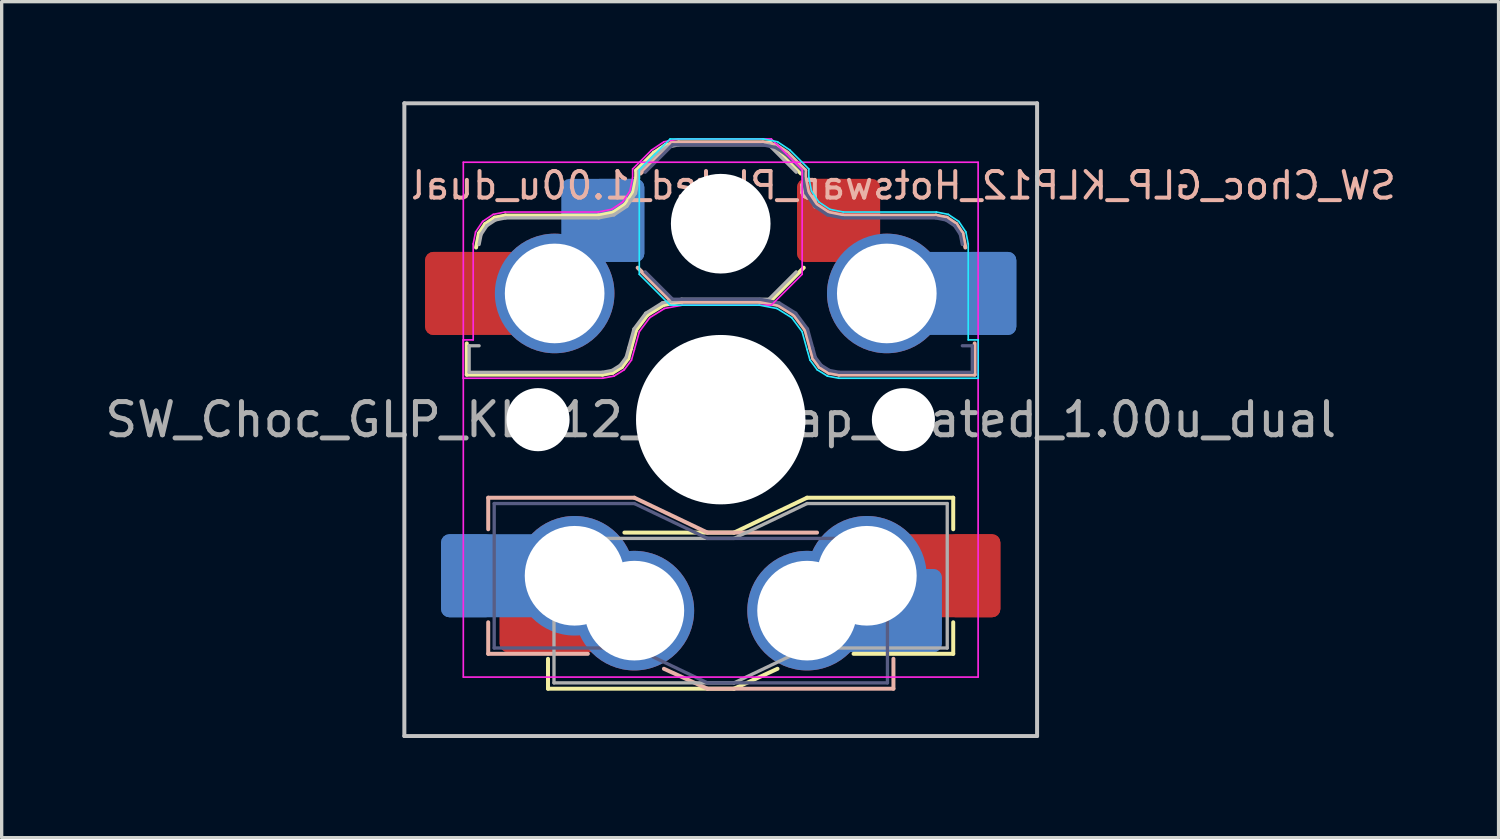
<source format=kicad_pcb>
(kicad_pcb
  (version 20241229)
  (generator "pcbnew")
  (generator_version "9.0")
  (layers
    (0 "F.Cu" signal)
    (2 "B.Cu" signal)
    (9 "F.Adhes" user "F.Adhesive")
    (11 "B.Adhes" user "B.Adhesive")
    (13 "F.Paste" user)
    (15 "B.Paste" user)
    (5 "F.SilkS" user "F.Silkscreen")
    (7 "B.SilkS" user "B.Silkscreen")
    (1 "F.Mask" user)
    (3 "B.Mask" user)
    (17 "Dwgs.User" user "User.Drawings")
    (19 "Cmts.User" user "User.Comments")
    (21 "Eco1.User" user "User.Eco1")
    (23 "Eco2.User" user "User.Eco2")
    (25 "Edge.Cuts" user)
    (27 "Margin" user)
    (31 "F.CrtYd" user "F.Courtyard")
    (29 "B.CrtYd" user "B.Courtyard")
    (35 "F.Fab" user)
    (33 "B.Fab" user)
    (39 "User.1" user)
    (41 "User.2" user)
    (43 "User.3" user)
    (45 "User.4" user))
  (footprint "SW_Choc_GLP_KLP12_Hotswap_Plated_1.00u_dual"
    (layer "F.Cu")
    (at 18.649 9.585)
    (property "Reference" "SW_Choc_GLP_KLP12_Hotswap_Plated_1.00u_dual" (at 5.5 -7.05 180) (layer "B.SilkS") (effects (font (size 0.8 0.8) (thickness 0.12)) (justify mirror)))
    (attr smd)
    (fp_line (start -7.646 -2.296) (end -7.646 -1.354) (stroke (width 0.12) (type solid)) (layer "F.SilkS"))
    (fp_line (start -7.646 -1.354) (end -3.56 -1.354) (stroke (width 0.12) (type solid)) (layer "F.SilkS"))
    (fp_line (start -7.281 -5.609) (end -7.366 -5.182) (stroke (width 0.12) (type solid)) (layer "F.SilkS"))
    (fp_line (start -7.092 -5.892) (end -7.281 -5.609) (stroke (width 0.12) (type solid)) (layer "F.SilkS"))
    (fp_line (start -6.809 -6.081) (end -7.092 -5.892) (stroke (width 0.12) (type solid)) (layer "F.SilkS"))
    (fp_line (start -6.482 -6.146) (end -6.809 -6.081) (stroke (width 0.12) (type solid)) (layer "F.SilkS"))
    (fp_line (start -5.2 8.1) (end -5.2 7.2) (stroke (width 0.12) (type solid)) (layer "F.SilkS"))
    (fp_line (start -5.2 8.1) (end 0.4 8.1) (stroke (width 0.12) (type solid)) (layer "F.SilkS"))
    (fp_line (start -3.682 -6.146) (end -6.482 -6.146) (stroke (width 0.12) (type solid)) (layer "F.SilkS"))
    (fp_line (start -3.56 -1.354) (end -3.25 -1.413) (stroke (width 0.12) (type solid)) (layer "F.SilkS"))
    (fp_line (start -3.25 -1.413) (end -2.976 -1.583) (stroke (width 0.12) (type solid)) (layer "F.SilkS"))
    (fp_line (start -3.244 -6.233) (end -3.682 -6.146) (stroke (width 0.12) (type solid)) (layer "F.SilkS"))
    (fp_line (start -2.976 -1.583) (end -2.783 -1.841) (stroke (width 0.12) (type solid)) (layer "F.SilkS"))
    (fp_line (start -2.9 3.4) (end 0.4 3.4) (stroke (width 0.12) (type solid)) (layer "F.SilkS"))
    (fp_line (start -2.877 -6.477) (end -3.244 -6.233) (stroke (width 0.12) (type solid)) (layer "F.SilkS"))
    (fp_line (start -2.783 -1.841) (end -2.701 -2.139) (stroke (width 0.12) (type solid)) (layer "F.SilkS"))
    (fp_line (start -2.701 -2.139) (end -2.547 -2.697) (stroke (width 0.12) (type solid)) (layer "F.SilkS"))
    (fp_line (start -2.633 -6.844) (end -2.877 -6.477) (stroke (width 0.12) (type solid)) (layer "F.SilkS"))
    (fp_line (start -2.547 -2.697) (end -2.209 -3.15) (stroke (width 0.12) (type solid)) (layer "F.SilkS"))
    (fp_line (start -2.546 -7.504) (end -2.546 -7.282) (stroke (width 0.12) (type solid)) (layer "F.SilkS"))
    (fp_line (start -2.546 -7.282) (end -2.633 -6.844) (stroke (width 0.12) (type solid)) (layer "F.SilkS"))
    (fp_line (start -2.209 -3.15) (end -1.73 -3.449) (stroke (width 0.12) (type solid)) (layer "F.SilkS"))
    (fp_line (start -2.013 -8.037) (end -2.546 -7.504) (stroke (width 0.12) (type solid)) (layer "F.SilkS"))
    (fp_line (start -1.73 -3.449) (end -1.168 -3.554) (stroke (width 0.12) (type solid)) (layer "F.SilkS"))
    (fp_line (start -1.671 -8.266) (end -2.013 -8.037) (stroke (width 0.12) (type solid)) (layer "F.SilkS"))
    (fp_line (start -1.268 -8.346) (end -1.671 -8.266) (stroke (width 0.12) (type solid)) (layer "F.SilkS"))
    (fp_line (start -1.168 -3.554) (end 1.479 -3.554) (stroke (width 0.12) (type solid)) (layer "F.SilkS"))
    (fp_line (start 1.479 -8.346) (end -1.268 -8.346) (stroke (width 0.12) (type solid)) (layer "F.SilkS"))
    (fp_line (start 1.479 -3.554) (end 2.5 -4.575) (stroke (width 0.12) (type solid)) (layer "F.SilkS"))
    (fp_line (start 1.71 7.5) (end 0.4 8.1) (stroke (width 0.12) (type solid)) (layer "F.SilkS"))
    (fp_line (start 2.416 -7.409) (end 1.479 -8.346) (stroke (width 0.12) (type solid)) (layer "F.SilkS"))
    (fp_line (start 2.6 2.35) (end 0.4 3.4) (stroke (width 0.12) (type solid)) (layer "F.SilkS"))
    (fp_line (start 7 2.35) (end 2.6 2.35) (stroke (width 0.12) (type solid)) (layer "F.SilkS"))
    (fp_line (start 7 2.35) (end 7 3.3) (stroke (width 0.12) (type solid)) (layer "F.SilkS"))
    (fp_line (start 7 7.05) (end 4 7.05) (stroke (width 0.12) (type solid)) (layer "F.SilkS"))
    (fp_line (start 7 7.05) (end 7 6.1) (stroke (width 0.12) (type solid)) (layer "F.SilkS"))
    (fp_line (start -7 2.35) (end -7 3.3) (stroke (width 0.12) (type solid)) (layer "B.SilkS"))
    (fp_line (start -7 2.35) (end -2.6 2.35) (stroke (width 0.12) (type solid)) (layer "B.SilkS"))
    (fp_line (start -7 7.05) (end -7 6.1) (stroke (width 0.12) (type solid)) (layer "B.SilkS"))
    (fp_line (start -7 7.05) (end -4 7.05) (stroke (width 0.12) (type solid)) (layer "B.SilkS"))
    (fp_line (start -2.6 2.35) (end -0.4 3.4) (stroke (width 0.12) (type solid)) (layer "B.SilkS"))
    (fp_line (start -2.416 -7.409) (end -1.479 -8.346) (stroke (width 0.12) (type solid)) (layer "B.SilkS"))
    (fp_line (start -1.71 7.5) (end -0.4 8.1) (stroke (width 0.12) (type solid)) (layer "B.SilkS"))
    (fp_line (start -1.479 -8.346) (end 1.268 -8.346) (stroke (width 0.12) (type solid)) (layer "B.SilkS"))
    (fp_line (start -1.479 -3.554) (end -2.5 -4.575) (stroke (width 0.12) (type solid)) (layer "B.SilkS"))
    (fp_line (start 1.168 -3.554) (end -1.479 -3.554) (stroke (width 0.12) (type solid)) (layer "B.SilkS"))
    (fp_line (start 1.268 -8.346) (end 1.671 -8.266) (stroke (width 0.12) (type solid)) (layer "B.SilkS"))
    (fp_line (start 1.671 -8.266) (end 2.013 -8.037) (stroke (width 0.12) (type solid)) (layer "B.SilkS"))
    (fp_line (start 1.73 -3.449) (end 1.168 -3.554) (stroke (width 0.12) (type solid)) (layer "B.SilkS"))
    (fp_line (start 2.013 -8.037) (end 2.546 -7.504) (stroke (width 0.12) (type solid)) (layer "B.SilkS"))
    (fp_line (start 2.209 -3.15) (end 1.73 -3.449) (stroke (width 0.12) (type solid)) (layer "B.SilkS"))
    (fp_line (start 2.546 -7.504) (end 2.546 -7.282) (stroke (width 0.12) (type solid)) (layer "B.SilkS"))
    (fp_line (start 2.546 -7.282) (end 2.633 -6.844) (stroke (width 0.12) (type solid)) (layer "B.SilkS"))
    (fp_line (start 2.547 -2.697) (end 2.209 -3.15) (stroke (width 0.12) (type solid)) (layer "B.SilkS"))
    (fp_line (start 2.633 -6.844) (end 2.877 -6.477) (stroke (width 0.12) (type solid)) (layer "B.SilkS"))
    (fp_line (start 2.701 -2.139) (end 2.547 -2.697) (stroke (width 0.12) (type solid)) (layer "B.SilkS"))
    (fp_line (start 2.783 -1.841) (end 2.701 -2.139) (stroke (width 0.12) (type solid)) (layer "B.SilkS"))
    (fp_line (start 2.877 -6.477) (end 3.244 -6.233) (stroke (width 0.12) (type solid)) (layer "B.SilkS"))
    (fp_line (start 2.9 3.4) (end -0.4 3.4) (stroke (width 0.12) (type solid)) (layer "B.SilkS"))
    (fp_line (start 2.976 -1.583) (end 2.783 -1.841) (stroke (width 0.12) (type solid)) (layer "B.SilkS"))
    (fp_line (start 3.244 -6.233) (end 3.682 -6.146) (stroke (width 0.12) (type solid)) (layer "B.SilkS"))
    (fp_line (start 3.25 -1.413) (end 2.976 -1.583) (stroke (width 0.12) (type solid)) (layer "B.SilkS"))
    (fp_line (start 3.56 -1.354) (end 3.25 -1.413) (stroke (width 0.12) (type solid)) (layer "B.SilkS"))
    (fp_line (start 3.682 -6.146) (end 6.482 -6.146) (stroke (width 0.12) (type solid)) (layer "B.SilkS"))
    (fp_line (start 5.2 8.1) (end -0.4 8.1) (stroke (width 0.12) (type solid)) (layer "B.SilkS"))
    (fp_line (start 5.2 8.1) (end 5.2 7.2) (stroke (width 0.12) (type solid)) (layer "B.SilkS"))
    (fp_line (start 6.482 -6.146) (end 6.809 -6.081) (stroke (width 0.12) (type solid)) (layer "B.SilkS"))
    (fp_line (start 6.809 -6.081) (end 7.092 -5.892) (stroke (width 0.12) (type solid)) (layer "B.SilkS"))
    (fp_line (start 7.092 -5.892) (end 7.281 -5.609) (stroke (width 0.12) (type solid)) (layer "B.SilkS"))
    (fp_line (start 7.281 -5.609) (end 7.366 -5.182) (stroke (width 0.12) (type solid)) (layer "B.SilkS"))
    (fp_line (start 7.646 -2.296) (end 7.646 -1.354) (stroke (width 0.12) (type solid)) (layer "B.SilkS"))
    (fp_line (start 7.646 -1.354) (end 3.56 -1.354) (stroke (width 0.12) (type solid)) (layer "B.SilkS"))
    (fp_line (start -9.525 -9.525) (end -9.525 9.525) (stroke (width 0.12) (type default)) (layer "Dwgs.User"))
    (fp_line (start -9.525 -9.525) (end 9.525 -9.525) (stroke (width 0.12) (type default)) (layer "Dwgs.User"))
    (fp_line (start 9.525 -9.525) (end 9.525 9.525) (stroke (width 0.12) (type default)) (layer "Dwgs.User"))
    (fp_line (start 9.525 9.525) (end -9.525 9.525) (stroke (width 0.12) (type default)) (layer "Dwgs.User"))
    (fp_line (start -2.452 -7.523) (end -1.523 -8.452) (stroke (width 0.05) (type solid)) (layer "B.CrtYd"))
    (fp_line (start -2.452 -4.377) (end -2.452 -7.523) (stroke (width 0.05) (type solid)) (layer "B.CrtYd"))
    (fp_line (start -1.523 -8.452) (end 1.278 -8.452) (stroke (width 0.05) (type solid)) (layer "B.CrtYd"))
    (fp_line (start -1.523 -3.448) (end -2.452 -4.377) (stroke (width 0.05) (type solid)) (layer "B.CrtYd"))
    (fp_line (start 1.159 -3.448) (end -1.523 -3.448) (stroke (width 0.05) (type solid)) (layer "B.CrtYd"))
    (fp_line (start 1.278 -8.452) (end 1.712 -8.366) (stroke (width 0.05) (type solid)) (layer "B.CrtYd"))
    (fp_line (start 1.691 -3.348) (end 1.159 -3.448) (stroke (width 0.05) (type solid)) (layer "B.CrtYd"))
    (fp_line (start 1.712 -8.366) (end 2.081 -8.119) (stroke (width 0.05) (type solid)) (layer "B.CrtYd"))
    (fp_line (start 2.081 -8.119) (end 2.652 -7.548) (stroke (width 0.05) (type solid)) (layer "B.CrtYd"))
    (fp_line (start 2.136 -3.071) (end 1.691 -3.348) (stroke (width 0.05) (type solid)) (layer "B.CrtYd"))
    (fp_line (start 2.45 -2.65) (end 2.136 -3.071) (stroke (width 0.05) (type solid)) (layer "B.CrtYd"))
    (fp_line (start 2.599 -2.111) (end 2.45 -2.65) (stroke (width 0.05) (type solid)) (layer "B.CrtYd"))
    (fp_line (start 2.652 -7.548) (end 2.652 -7.292) (stroke (width 0.05) (type solid)) (layer "B.CrtYd"))
    (fp_line (start 2.652 -7.292) (end 2.733 -6.885) (stroke (width 0.05) (type solid)) (layer "B.CrtYd"))
    (fp_line (start 2.687 -1.794) (end 2.599 -2.111) (stroke (width 0.05) (type solid)) (layer "B.CrtYd"))
    (fp_line (start 2.733 -6.885) (end 2.953 -6.553) (stroke (width 0.05) (type solid)) (layer "B.CrtYd"))
    (fp_line (start 2.903 -1.503) (end 2.687 -1.794) (stroke (width 0.05) (type solid)) (layer "B.CrtYd"))
    (fp_line (start 2.953 -6.553) (end 3.285 -6.333) (stroke (width 0.05) (type solid)) (layer "B.CrtYd"))
    (fp_line (start 3.211 -1.312) (end 2.903 -1.503) (stroke (width 0.05) (type solid)) (layer "B.CrtYd"))
    (fp_line (start 3.285 -6.333) (end 3.692 -6.252) (stroke (width 0.05) (type solid)) (layer "B.CrtYd"))
    (fp_line (start 3.55 -1.248) (end 3.211 -1.312) (stroke (width 0.05) (type solid)) (layer "B.CrtYd"))
    (fp_line (start 3.692 -6.252) (end 6.492 -6.252) (stroke (width 0.05) (type solid)) (layer "B.CrtYd"))
    (fp_line (start 6.492 -6.252) (end 6.85 -6.181) (stroke (width 0.05) (type solid)) (layer "B.CrtYd"))
    (fp_line (start 6.85 -6.181) (end 7.168 -5.968) (stroke (width 0.05) (type solid)) (layer "B.CrtYd"))
    (fp_line (start 7.168 -5.968) (end 7.381 -5.65) (stroke (width 0.05) (type solid)) (layer "B.CrtYd"))
    (fp_line (start 7.381 -5.65) (end 7.452 -5.292) (stroke (width 0.05) (type solid)) (layer "B.CrtYd"))
    (fp_line (start 7.452 -5.292) (end 7.452 -2.402) (stroke (width 0.05) (type solid)) (layer "B.CrtYd"))
    (fp_line (start 7.452 -2.402) (end 7.752 -2.402) (stroke (width 0.05) (type solid)) (layer "B.CrtYd"))
    (fp_line (start 7.752 -2.402) (end 7.752 -1.248) (stroke (width 0.05) (type solid)) (layer "B.CrtYd"))
    (fp_line (start 7.752 -1.248) (end 3.55 -1.248) (stroke (width 0.05) (type solid)) (layer "B.CrtYd"))
    (fp_line (start -7.752 -2.402) (end -7.752 -1.248) (stroke (width 0.05) (type solid)) (layer "F.CrtYd"))
    (fp_line (start -7.752 -1.248) (end -3.55 -1.248) (stroke (width 0.05) (type solid)) (layer "F.CrtYd"))
    (fp_line (start -7.75 7.75) (end -7.75 -7.75) (stroke (width 0.05) (type solid)) (layer "F.CrtYd"))
    (fp_line (start -7.452 -5.292) (end -7.452 -2.402) (stroke (width 0.05) (type solid)) (layer "F.CrtYd"))
    (fp_line (start -7.452 -2.402) (end -7.752 -2.402) (stroke (width 0.05) (type solid)) (layer "F.CrtYd"))
    (fp_line (start -7.381 -5.65) (end -7.452 -5.292) (stroke (width 0.05) (type solid)) (layer "F.CrtYd"))
    (fp_line (start -7.168 -5.968) (end -7.381 -5.65) (stroke (width 0.05) (type solid)) (layer "F.CrtYd"))
    (fp_line (start -6.85 -6.181) (end -7.168 -5.968) (stroke (width 0.05) (type solid)) (layer "F.CrtYd"))
    (fp_line (start -6.492 -6.252) (end -6.85 -6.181) (stroke (width 0.05) (type solid)) (layer "F.CrtYd"))
    (fp_line (start -3.692 -6.252) (end -6.492 -6.252) (stroke (width 0.05) (type solid)) (layer "F.CrtYd"))
    (fp_line (start -3.55 -1.248) (end -3.211 -1.312) (stroke (width 0.05) (type solid)) (layer "F.CrtYd"))
    (fp_line (start -3.285 -6.333) (end -3.692 -6.252) (stroke (width 0.05) (type solid)) (layer "F.CrtYd"))
    (fp_line (start -3.211 -1.312) (end -2.903 -1.503) (stroke (width 0.05) (type solid)) (layer "F.CrtYd"))
    (fp_line (start -2.953 -6.553) (end -3.285 -6.333) (stroke (width 0.05) (type solid)) (layer "F.CrtYd"))
    (fp_line (start -2.903 -1.503) (end -2.687 -1.794) (stroke (width 0.05) (type solid)) (layer "F.CrtYd"))
    (fp_line (start -2.733 -6.885) (end -2.953 -6.553) (stroke (width 0.05) (type solid)) (layer "F.CrtYd"))
    (fp_line (start -2.687 -1.794) (end -2.599 -2.111) (stroke (width 0.05) (type solid)) (layer "F.CrtYd"))
    (fp_line (start -2.652 -7.548) (end -2.652 -7.292) (stroke (width 0.05) (type solid)) (layer "F.CrtYd"))
    (fp_line (start -2.652 -7.292) (end -2.733 -6.885) (stroke (width 0.05) (type solid)) (layer "F.CrtYd"))
    (fp_line (start -2.599 -2.111) (end -2.45 -2.65) (stroke (width 0.05) (type solid)) (layer "F.CrtYd"))
    (fp_line (start -2.45 -2.65) (end -2.136 -3.071) (stroke (width 0.05) (type solid)) (layer "F.CrtYd"))
    (fp_line (start -2.136 -3.071) (end -1.691 -3.348) (stroke (width 0.05) (type solid)) (layer "F.CrtYd"))
    (fp_line (start -2.081 -8.119) (end -2.652 -7.548) (stroke (width 0.05) (type solid)) (layer "F.CrtYd"))
    (fp_line (start -1.712 -8.366) (end -2.081 -8.119) (stroke (width 0.05) (type solid)) (layer "F.CrtYd"))
    (fp_line (start -1.691 -3.348) (end -1.159 -3.448) (stroke (width 0.05) (type solid)) (layer "F.CrtYd"))
    (fp_line (start -1.278 -8.452) (end -1.712 -8.366) (stroke (width 0.05) (type solid)) (layer "F.CrtYd"))
    (fp_line (start -1.159 -3.448) (end 1.523 -3.448) (stroke (width 0.05) (type solid)) (layer "F.CrtYd"))
    (fp_line (start 1.523 -8.452) (end -1.278 -8.452) (stroke (width 0.05) (type solid)) (layer "F.CrtYd"))
    (fp_line (start 1.523 -3.448) (end 2.452 -4.377) (stroke (width 0.05) (type solid)) (layer "F.CrtYd"))
    (fp_line (start 2.452 -7.523) (end 1.523 -8.452) (stroke (width 0.05) (type solid)) (layer "F.CrtYd"))
    (fp_line (start 2.452 -4.377) (end 2.452 -7.523) (stroke (width 0.05) (type solid)) (layer "F.CrtYd"))
    (fp_line (start 7.75 -7.75) (end -7.75 -7.75) (stroke (width 0.05) (type solid)) (layer "F.CrtYd"))
    (fp_line (start 7.75 -7.75) (end 7.75 7.75) (stroke (width 0.05) (type solid)) (layer "F.CrtYd"))
    (fp_line (start 7.75 7.75) (end -7.75 7.75) (stroke (width 0.05) (type solid)) (layer "F.CrtYd"))
    (fp_line (start -6.82 2.525) (end -6.82 6.875) (stroke (width 0.1) (type solid)) (layer "B.Fab"))
    (fp_line (start -6.82 2.525) (end -2.6 2.525) (stroke (width 0.1) (type solid)) (layer "B.Fab"))
    (fp_line (start -6.82 6.875) (end -2.6 6.875) (stroke (width 0.1) (type solid)) (layer "B.Fab"))
    (fp_line (start -2.6 2.525) (end -0.4 3.575) (stroke (width 0.1) (type solid)) (layer "B.Fab"))
    (fp_line (start -2.6 6.875) (end -0.4 7.925) (stroke (width 0.1) (type solid)) (layer "B.Fab"))
    (fp_line (start -2.275 -7.45) (end -1.45 -8.275) (stroke (width 0.1) (type solid)) (layer "B.Fab"))
    (fp_line (start -1.45 -8.275) (end 1.261 -8.275) (stroke (width 0.1) (type solid)) (layer "B.Fab"))
    (fp_line (start -1.45 -3.625) (end -2.275 -4.45) (stroke (width 0.1) (type solid)) (layer "B.Fab"))
    (fp_line (start 1.175 -3.625) (end -1.45 -3.625) (stroke (width 0.1) (type solid)) (layer "B.Fab"))
    (fp_line (start 1.261 -8.275) (end 1.643 -8.199) (stroke (width 0.1) (type solid)) (layer "B.Fab"))
    (fp_line (start 1.643 -8.199) (end 1.968 -7.982) (stroke (width 0.1) (type solid)) (layer "B.Fab"))
    (fp_line (start 1.756 -3.516) (end 1.175 -3.625) (stroke (width 0.1) (type solid)) (layer "B.Fab"))
    (fp_line (start 1.968 -7.982) (end 2.475 -7.475) (stroke (width 0.1) (type solid)) (layer "B.Fab"))
    (fp_line (start 2.258 -3.203) (end 1.756 -3.516) (stroke (width 0.1) (type solid)) (layer "B.Fab"))
    (fp_line (start 2.475 -7.475) (end 2.475 -7.275) (stroke (width 0.1) (type solid)) (layer "B.Fab"))
    (fp_line (start 2.475 -7.275) (end 2.566 -6.816) (stroke (width 0.1) (type solid)) (layer "B.Fab"))
    (fp_line (start 2.566 -6.816) (end 2.826 -6.426) (stroke (width 0.1) (type solid)) (layer "B.Fab"))
    (fp_line (start 2.612 -2.729) (end 2.258 -3.203) (stroke (width 0.1) (type solid)) (layer "B.Fab"))
    (fp_line (start 2.769 -2.158) (end 2.612 -2.729) (stroke (width 0.1) (type solid)) (layer "B.Fab"))
    (fp_line (start 2.826 -6.426) (end 3.216 -6.166) (stroke (width 0.1) (type solid)) (layer "B.Fab"))
    (fp_line (start 2.848 -1.873) (end 2.769 -2.158) (stroke (width 0.1) (type solid)) (layer "B.Fab"))
    (fp_line (start 3.025 -1.636) (end 2.848 -1.873) (stroke (width 0.1) (type solid)) (layer "B.Fab"))
    (fp_line (start 3.216 -6.166) (end 3.675 -6.075) (stroke (width 0.1) (type solid)) (layer "B.Fab"))
    (fp_line (start 3.276 -1.48) (end 3.025 -1.636) (stroke (width 0.1) (type solid)) (layer "B.Fab"))
    (fp_line (start 3.567 -1.425) (end 3.276 -1.48) (stroke (width 0.1) (type solid)) (layer "B.Fab"))
    (fp_line (start 3.675 -6.075) (end 6.475 -6.075) (stroke (width 0.1) (type solid)) (layer "B.Fab"))
    (fp_line (start 5.02 3.575) (end -0.4 3.575) (stroke (width 0.1) (type solid)) (layer "B.Fab"))
    (fp_line (start 5.02 3.575) (end 5.02 7.925) (stroke (width 0.1) (type solid)) (layer "B.Fab"))
    (fp_line (start 5.02 7.925) (end -0.4 7.925) (stroke (width 0.1) (type solid)) (layer "B.Fab"))
    (fp_line (start 6.475 -6.075) (end 6.781 -6.014) (stroke (width 0.1) (type solid)) (layer "B.Fab"))
    (fp_line (start 6.781 -6.014) (end 7.041 -5.841) (stroke (width 0.1) (type solid)) (layer "B.Fab"))
    (fp_line (start 7.041 -5.841) (end 7.214 -5.581) (stroke (width 0.1) (type solid)) (layer "B.Fab"))
    (fp_line (start 7.214 -5.581) (end 7.275 -5.275) (stroke (width 0.1) (type solid)) (layer "B.Fab"))
    (fp_line (start 7.275 -2.225) (end 7.575 -2.225) (stroke (width 0.1) (type solid)) (layer "B.Fab"))
    (fp_line (start 7.575 -2.225) (end 7.575 -1.425) (stroke (width 0.1) (type solid)) (layer "B.Fab"))
    (fp_line (start 7.575 -1.425) (end 3.567 -1.425) (stroke (width 0.1) (type solid)) (layer "B.Fab"))
    (fp_line (start -7.575 -2.225) (end -7.575 -1.425) (stroke (width 0.1) (type solid)) (layer "F.Fab"))
    (fp_line (start -7.575 -1.425) (end -3.567 -1.425) (stroke (width 0.1) (type solid)) (layer "F.Fab"))
    (fp_line (start -7.275 -2.225) (end -7.575 -2.225) (stroke (width 0.1) (type solid)) (layer "F.Fab"))
    (fp_line (start -7.214 -5.581) (end -7.275 -5.275) (stroke (width 0.1) (type solid)) (layer "F.Fab"))
    (fp_line (start -7.041 -5.841) (end -7.214 -5.581) (stroke (width 0.1) (type solid)) (layer "F.Fab"))
    (fp_line (start -6.781 -6.014) (end -7.041 -5.841) (stroke (width 0.1) (type solid)) (layer "F.Fab"))
    (fp_line (start -6.475 -6.075) (end -6.781 -6.014) (stroke (width 0.1) (type solid)) (layer "F.Fab"))
    (fp_line (start -5.02 3.575) (end -5.02 7.925) (stroke (width 0.1) (type solid)) (layer "F.Fab"))
    (fp_line (start -5.02 3.575) (end 0.4 3.575) (stroke (width 0.1) (type solid)) (layer "F.Fab"))
    (fp_line (start -5.02 7.925) (end 0.4 7.925) (stroke (width 0.1) (type solid)) (layer "F.Fab"))
    (fp_line (start -3.675 -6.075) (end -6.475 -6.075) (stroke (width 0.1) (type solid)) (layer "F.Fab"))
    (fp_line (start -3.567 -1.425) (end -3.276 -1.48) (stroke (width 0.1) (type solid)) (layer "F.Fab"))
    (fp_line (start -3.276 -1.48) (end -3.025 -1.636) (stroke (width 0.1) (type solid)) (layer "F.Fab"))
    (fp_line (start -3.216 -6.166) (end -3.675 -6.075) (stroke (width 0.1) (type solid)) (layer "F.Fab"))
    (fp_line (start -3.025 -1.636) (end -2.848 -1.873) (stroke (width 0.1) (type solid)) (layer "F.Fab"))
    (fp_line (start -2.848 -1.873) (end -2.769 -2.158) (stroke (width 0.1) (type solid)) (layer "F.Fab"))
    (fp_line (start -2.826 -6.426) (end -3.216 -6.166) (stroke (width 0.1) (type solid)) (layer "F.Fab"))
    (fp_line (start -2.769 -2.158) (end -2.612 -2.729) (stroke (width 0.1) (type solid)) (layer "F.Fab"))
    (fp_line (start -2.612 -2.729) (end -2.258 -3.203) (stroke (width 0.1) (type solid)) (layer "F.Fab"))
    (fp_line (start -2.566 -6.816) (end -2.826 -6.426) (stroke (width 0.1) (type solid)) (layer "F.Fab"))
    (fp_line (start -2.475 -7.475) (end -2.475 -7.275) (stroke (width 0.1) (type solid)) (layer "F.Fab"))
    (fp_line (start -2.475 -7.275) (end -2.566 -6.816) (stroke (width 0.1) (type solid)) (layer "F.Fab"))
    (fp_line (start -2.258 -3.203) (end -1.756 -3.516) (stroke (width 0.1) (type solid)) (layer "F.Fab"))
    (fp_line (start -1.968 -7.982) (end -2.475 -7.475) (stroke (width 0.1) (type solid)) (layer "F.Fab"))
    (fp_line (start -1.756 -3.516) (end -1.175 -3.625) (stroke (width 0.1) (type solid)) (layer "F.Fab"))
    (fp_line (start -1.643 -8.199) (end -1.968 -7.982) (stroke (width 0.1) (type solid)) (layer "F.Fab"))
    (fp_line (start -1.261 -8.275) (end -1.643 -8.199) (stroke (width 0.1) (type solid)) (layer "F.Fab"))
    (fp_line (start -1.175 -3.625) (end 1.45 -3.625) (stroke (width 0.1) (type solid)) (layer "F.Fab"))
    (fp_line (start 1.45 -8.275) (end -1.261 -8.275) (stroke (width 0.1) (type solid)) (layer "F.Fab"))
    (fp_line (start 1.45 -3.625) (end 2.275 -4.45) (stroke (width 0.1) (type solid)) (layer "F.Fab"))
    (fp_line (start 2.275 -7.45) (end 1.45 -8.275) (stroke (width 0.1) (type solid)) (layer "F.Fab"))
    (fp_line (start 2.6 2.525) (end 0.4 3.575) (stroke (width 0.1) (type solid)) (layer "F.Fab"))
    (fp_line (start 2.6 6.875) (end 0.4 7.925) (stroke (width 0.1) (type solid)) (layer "F.Fab"))
    (fp_line (start 6.82 2.525) (end 2.6 2.525) (stroke (width 0.1) (type solid)) (layer "F.Fab"))
    (fp_line (start 6.82 2.525) (end 6.82 6.875) (stroke (width 0.1) (type solid)) (layer "F.Fab"))
    (fp_line (start 6.82 6.875) (end 2.6 6.875) (stroke (width 0.1) (type solid)) (layer "F.Fab"))
    (fp_rect (start -7.05 -7.05) (end 7.05 7.05) (stroke (width 0.12) (type default)) (fill no) (layer "User.1"))
    (fp_text user "${REFERENCE}" (at 0 0 0) (layer "F.Fab") (effects (font (size 1 1) (thickness 0.15))))
    (pad "" np_thru_hole circle (at -5.5 0) (size 1.9 1.9) (drill 1.9) (layers "*.Cu" "*.Mask"))
    (pad "" np_thru_hole circle (at 0 -5.9) (size 3 3) (drill 3) (layers "*.Cu" "*.Mask"))
    (pad "" np_thru_hole circle (at 0 0) (size 5.1 5.1) (drill 5.1) (layers "*.Cu" "*.Mask"))
    (pad "" np_thru_hole circle (at 5.5 0) (size 1.9 1.9) (drill 1.9) (layers "*.Cu" "*.Mask"))
    (pad "1" thru_hole circle (at 2.6 5.75) (size 3.6 3.6) (drill 3) (layers "*.Cu" "*.Mask"))
    (pad "1" smd roundrect (at 3.1 -6) (size 1.6 2.5) (layers "F.Cu" "F.Mask" "F.Paste") (roundrect_rratio 0.156))
    (pad "1" smd roundrect (at 3.55 -6) (size 2.5 2.5) (layers "F.Cu") (roundrect_rratio 0.1))
    (pad "1" thru_hole circle (at 4.4 4.7) (size 3.6 3.6) (drill 3) (layers "*.Cu" "*.Mask"))
    (pad "1" smd roundrect (at 4.73 5.75) (size 3.85 2.5) (layers "B.Cu") (roundrect_rratio 0.1))
    (pad "1" thru_hole circle (at 5 -3.8) (size 3.6 3.6) (drill 3) (layers "*.Cu" "*.Mask"))
    (pad "1" smd roundrect (at 5.855 5.75) (size 1.6 2.5) (layers "B.Cu" "B.Mask" "B.Paste") (roundrect_rratio 0.156))
    (pad "1" smd roundrect (at 6.495 4.699) (size 3.85 2.5) (layers "F.Cu") (roundrect_rratio 0.1))
    (pad "1" smd roundrect (at 6.975 -3.8) (size 3.85 2.5) (layers "B.Cu") (roundrect_rratio 0.1))
    (pad "1" smd roundrect (at 7.62 4.7) (size 1.6 2.5) (layers "F.Cu" "F.Mask" "F.Paste") (roundrect_rratio 0.156))
    (pad "1" smd roundrect (at 8.1 -3.8) (size 1.6 2.5) (layers "B.Cu" "B.Mask" "B.Paste") (roundrect_rratio 0.156))
    (pad "2" smd roundrect (at -8.1 -3.8) (size 1.6 2.5) (layers "F.Cu" "F.Mask" "F.Paste") (roundrect_rratio 0.156))
    (pad "2" smd roundrect (at -7.62 4.7) (size 1.6 2.5) (layers "B.Cu" "B.Mask" "B.Paste") (roundrect_rratio 0.156))
    (pad "2" smd roundrect (at -6.975 -3.8) (size 3.85 2.5) (layers "F.Cu") (roundrect_rratio 0.1))
    (pad "2" smd roundrect (at -6.495 4.699) (size 3.85 2.5) (layers "B.Cu") (roundrect_rratio 0.1))
    (pad "2" smd roundrect (at -5.855 5.75) (size 1.6 2.5) (layers "F.Cu" "F.Mask" "F.Paste") (roundrect_rratio 0.156))
    (pad "2" thru_hole circle (at -5 -3.8) (size 3.6 3.6) (drill 3) (layers "*.Cu" "*.Mask"))
    (pad "2" smd roundrect (at -4.73 5.75) (size 3.85 2.5) (layers "F.Cu") (roundrect_rratio 0.1))
    (pad "2" thru_hole circle (at -4.4 4.7) (size 3.6 3.6) (drill 3) (layers "*.Cu" "*.Mask"))
    (pad "2" smd roundrect (at -3.55 -6) (size 2.5 2.5) (layers "B.Cu") (roundrect_rratio 0.1))
    (pad "2" smd roundrect (at -3.1 -6) (size 1.6 2.5) (layers "B.Cu" "B.Mask" "B.Paste") (roundrect_rratio 0.156))
    (pad "2" thru_hole circle (at -2.6 5.75) (size 3.6 3.6) (drill 3) (layers "*.Cu" "*.Mask")))
  (gr_rect
    (start -3 -3)
    (end 42.068 22.17)
    (stroke (width 0.1) (type default))
    (fill no)
    (layer "Edge.Cuts")))
</source>
